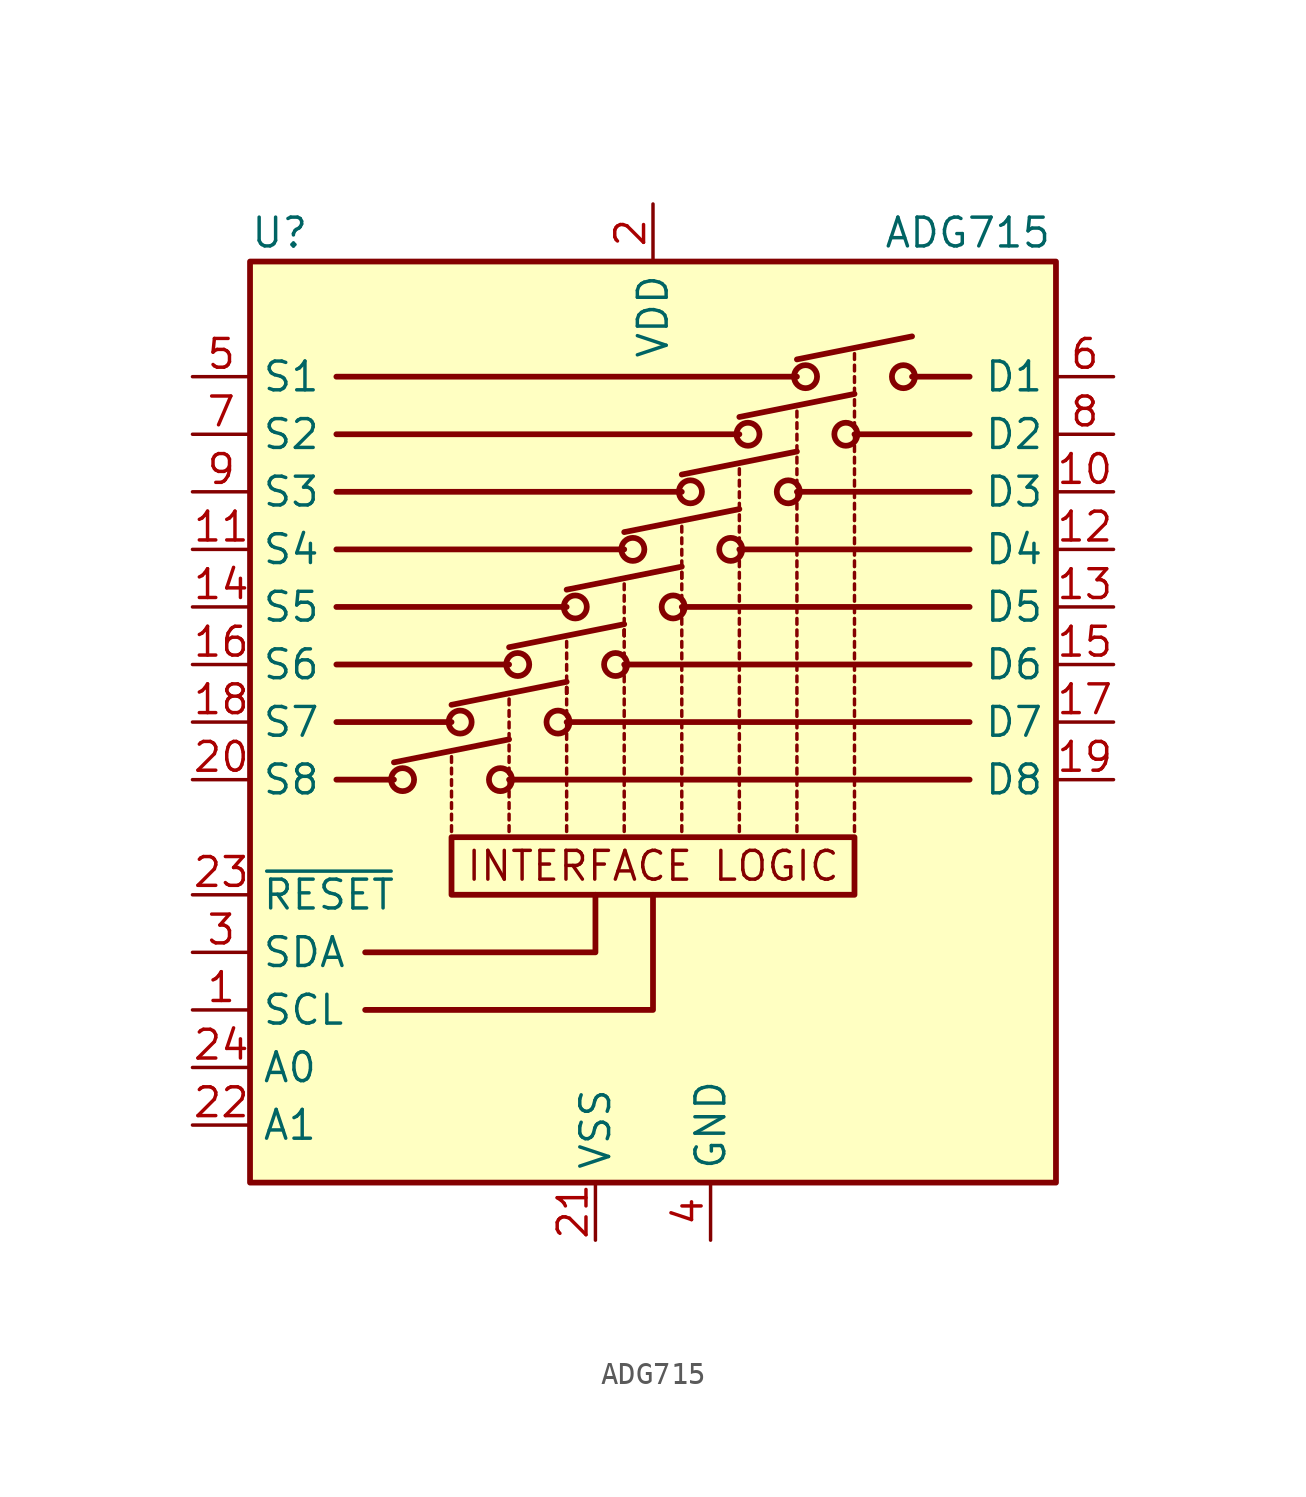
<source format=kicad_sym>
(kicad_symbol_lib
  (version 20211014)
  (generator kicad_symbol_editor)
  (symbol "ADG715"
    (property "Reference" "U"
      (at -17.78 24.13 0)
      (effects (font (size 1.27 1.27)) (justify left)))
    (property "Value" "ADG715"
      (at 10.16 24.13 0)
      (effects (font (size 1.27 1.27)) (justify left)))
    (symbol "ADG715_0_0"
      (polyline (pts (xy -12.7 -7.62) (xy -2.54 -7.62) (xy -2.54 -5.08)) (stroke (width 0.254) (type default) (color 0 0 0 0)) (fill (type none)))
      (polyline (pts (xy -12.7 -10.16) (xy 0 -10.16) (xy 0 -7.62) (xy 0 -5.08)) (stroke (width 0.254) (type default) (color 0 0 0 0)) (fill (type none)))
      (text "INTERFACE LOGIC" (at 0 -3.81 0) (effects (font (size 1.27 1.27)))))
    (symbol "ADG715_0_1"
      (rectangle (start -17.78 -17.78) (end 17.78 22.86) (stroke (width 0.254) (type default) (color 0 0 0 0)) (fill (type background)))
      (rectangle (start -8.89 -2.54) (end 8.89 -5.08) (stroke (width 0.254) (type default) (color 0 0 0 0)) (fill (type none)))
      (polyline (pts (xy -11.43 0) (xy -13.97 0)) (stroke (width 0.254) (type default) (color 0 0 0 0)) (fill (type none)))
      (polyline (pts (xy -8.89 2.54) (xy -13.97 2.54)) (stroke (width 0.254) (type default) (color 0 0 0 0)) (fill (type none)))
      (polyline (pts (xy -6.35 0) (xy 13.97 0)) (stroke (width 0.254) (type default) (color 0 0 0 0)) (fill (type none)))
      (polyline (pts (xy -6.35 5.08) (xy -13.97 5.08)) (stroke (width 0.254) (type default) (color 0 0 0 0)) (fill (type none)))
      (polyline (pts (xy -3.81 2.54) (xy 13.97 2.54)) (stroke (width 0.254) (type default) (color 0 0 0 0)) (fill (type none)))
      (polyline (pts (xy -3.81 7.62) (xy -13.97 7.62)) (stroke (width 0.254) (type default) (color 0 0 0 0)) (fill (type none)))
      (polyline (pts (xy -1.27 5.08) (xy 13.97 5.08)) (stroke (width 0.254) (type default) (color 0 0 0 0)) (fill (type none)))
      (polyline (pts (xy -1.27 10.16) (xy -13.97 10.16)) (stroke (width 0.254) (type default) (color 0 0 0 0)) (fill (type none)))
      (polyline (pts (xy 1.27 7.62) (xy 13.97 7.62)) (stroke (width 0.254) (type default) (color 0 0 0 0)) (fill (type none)))
      (polyline (pts (xy 1.27 12.7) (xy -13.97 12.7)) (stroke (width 0.254) (type default) (color 0 0 0 0)) (fill (type none)))
      (polyline (pts (xy 3.81 10.16) (xy 13.97 10.16)) (stroke (width 0.254) (type default) (color 0 0 0 0)) (fill (type none)))
      (polyline (pts (xy 3.81 15.24) (xy -13.97 15.24)) (stroke (width 0.254) (type default) (color 0 0 0 0)) (fill (type none)))
      (polyline (pts (xy 6.35 12.7) (xy 13.97 12.7)) (stroke (width 0.254) (type default) (color 0 0 0 0)) (fill (type none)))
      (polyline (pts (xy 6.35 17.78) (xy -13.97 17.78)) (stroke (width 0.254) (type default) (color 0 0 0 0)) (fill (type none)))
      (polyline (pts (xy 8.89 15.24) (xy 13.97 15.24)) (stroke (width 0.254) (type default) (color 0 0 0 0)) (fill (type none)))
      (polyline (pts (xy 11.43 17.78) (xy 13.97 17.78)) (stroke (width 0.254) (type default) (color 0 0 0 0)) (fill (type none))))
    (symbol "ADG715_1_1"
      (circle (center -11.049 0) (radius 0.508) (stroke (width 0.254) (type default) (color 0 0 0 0)) (fill (type none)))
      (circle (center -8.509 2.54) (radius 0.508) (stroke (width 0.254) (type default) (color 0 0 0 0)) (fill (type none)))
      (circle (center -6.731 0) (radius 0.508) (stroke (width 0.254) (type default) (color 0 0 0 0)) (fill (type none)))
      (circle (center -5.969 5.08) (radius 0.508) (stroke (width 0.254) (type default) (color 0 0 0 0)) (fill (type none)))
      (circle (center -4.191 2.54) (radius 0.508) (stroke (width 0.254) (type default) (color 0 0 0 0)) (fill (type none)))
      (circle (center -3.429 7.62) (radius 0.508) (stroke (width 0.254) (type default) (color 0 0 0 0)) (fill (type none)))
      (circle (center -1.651 5.08) (radius 0.508) (stroke (width 0.254) (type default) (color 0 0 0 0)) (fill (type none)))
      (circle (center -0.889 10.16) (radius 0.508) (stroke (width 0.254) (type default) (color 0 0 0 0)) (fill (type none)))
      (polyline (pts (xy -11.43 0.762) (xy -6.35 1.778)) (stroke (width 0.254) (type default) (color 0 0 0 0)) (fill (type none)))
      (polyline (pts (xy -8.89 -2.286) (xy -8.89 -2.032)) (stroke (width 0) (type default) (color 0 0 0 0)) (fill (type none)))
      (polyline (pts (xy -8.89 -1.778) (xy -8.89 -1.524)) (stroke (width 0) (type default) (color 0 0 0 0)) (fill (type none)))
      (polyline (pts (xy -8.89 -1.27) (xy -8.89 -1.016)) (stroke (width 0) (type default) (color 0 0 0 0)) (fill (type none)))
      (polyline (pts (xy -8.89 -0.762) (xy -8.89 -0.508)) (stroke (width 0) (type default) (color 0 0 0 0)) (fill (type none)))
      (polyline (pts (xy -8.89 -0.254) (xy -8.89 0)) (stroke (width 0) (type default) (color 0 0 0 0)) (fill (type none)))
      (polyline (pts (xy -8.89 0.254) (xy -8.89 0.508)) (stroke (width 0) (type default) (color 0 0 0 0)) (fill (type none)))
      (polyline (pts (xy -8.89 0.762) (xy -8.89 1.016)) (stroke (width 0) (type default) (color 0 0 0 0)) (fill (type none)))
      (polyline (pts (xy -8.89 3.302) (xy -3.81 4.318)) (stroke (width 0.254) (type default) (color 0 0 0 0)) (fill (type none)))
      (polyline (pts (xy -6.35 -2.286) (xy -6.35 -2.032)) (stroke (width 0) (type default) (color 0 0 0 0)) (fill (type none)))
      (polyline (pts (xy -6.35 -1.778) (xy -6.35 -1.524)) (stroke (width 0) (type default) (color 0 0 0 0)) (fill (type none)))
      (polyline (pts (xy -6.35 -1.27) (xy -6.35 -1.016)) (stroke (width 0) (type default) (color 0 0 0 0)) (fill (type none)))
      (polyline (pts (xy -6.35 -0.762) (xy -6.35 -0.508)) (stroke (width 0) (type default) (color 0 0 0 0)) (fill (type none)))
      (polyline (pts (xy -6.35 -0.254) (xy -6.35 0)) (stroke (width 0) (type default) (color 0 0 0 0)) (fill (type none)))
      (polyline (pts (xy -6.35 0.254) (xy -6.35 0.508)) (stroke (width 0) (type default) (color 0 0 0 0)) (fill (type none)))
      (polyline (pts (xy -6.35 0.762) (xy -6.35 1.016)) (stroke (width 0) (type default) (color 0 0 0 0)) (fill (type none)))
      (polyline (pts (xy -6.35 1.27) (xy -6.35 1.524)) (stroke (width 0) (type default) (color 0 0 0 0)) (fill (type none)))
      (polyline (pts (xy -6.35 1.778) (xy -6.35 2.032)) (stroke (width 0) (type default) (color 0 0 0 0)) (fill (type none)))
      (polyline (pts (xy -6.35 2.286) (xy -6.35 2.54)) (stroke (width 0) (type default) (color 0 0 0 0)) (fill (type none)))
      (polyline (pts (xy -6.35 2.794) (xy -6.35 3.048)) (stroke (width 0) (type default) (color 0 0 0 0)) (fill (type none)))
      (polyline (pts (xy -6.35 3.302) (xy -6.35 3.556)) (stroke (width 0) (type default) (color 0 0 0 0)) (fill (type none)))
      (polyline (pts (xy -6.35 5.842) (xy -1.27 6.858)) (stroke (width 0.254) (type default) (color 0 0 0 0)) (fill (type none)))
      (polyline (pts (xy -3.81 -2.286) (xy -3.81 -2.032)) (stroke (width 0) (type default) (color 0 0 0 0)) (fill (type none)))
      (polyline (pts (xy -3.81 -1.778) (xy -3.81 -1.524)) (stroke (width 0) (type default) (color 0 0 0 0)) (fill (type none)))
      (polyline (pts (xy -3.81 -1.27) (xy -3.81 -1.016)) (stroke (width 0) (type default) (color 0 0 0 0)) (fill (type none)))
      (polyline (pts (xy -3.81 -0.762) (xy -3.81 -0.508)) (stroke (width 0) (type default) (color 0 0 0 0)) (fill (type none)))
      (polyline (pts (xy -3.81 -0.254) (xy -3.81 0)) (stroke (width 0) (type default) (color 0 0 0 0)) (fill (type none)))
      (polyline (pts (xy -3.81 0.254) (xy -3.81 0.508)) (stroke (width 0) (type default) (color 0 0 0 0)) (fill (type none)))
      (polyline (pts (xy -3.81 0.762) (xy -3.81 1.016)) (stroke (width 0) (type default) (color 0 0 0 0)) (fill (type none)))
      (polyline (pts (xy -3.81 1.27) (xy -3.81 1.524)) (stroke (width 0) (type default) (color 0 0 0 0)) (fill (type none)))
      (polyline (pts (xy -3.81 1.778) (xy -3.81 2.032)) (stroke (width 0) (type default) (color 0 0 0 0)) (fill (type none)))
      (polyline (pts (xy -3.81 2.286) (xy -3.81 2.54)) (stroke (width 0) (type default) (color 0 0 0 0)) (fill (type none)))
      (polyline (pts (xy -3.81 2.794) (xy -3.81 3.048)) (stroke (width 0) (type default) (color 0 0 0 0)) (fill (type none)))
      (polyline (pts (xy -3.81 3.302) (xy -3.81 3.556)) (stroke (width 0) (type default) (color 0 0 0 0)) (fill (type none)))
      (polyline (pts (xy -3.81 3.81) (xy -3.81 4.064)) (stroke (width 0) (type default) (color 0 0 0 0)) (fill (type none)))
      (polyline (pts (xy -3.81 3.81) (xy -3.81 4.064)) (stroke (width 0) (type default) (color 0 0 0 0)) (fill (type none)))
      (polyline (pts (xy -3.81 3.81) (xy -3.81 4.064)) (stroke (width 0) (type default) (color 0 0 0 0)) (fill (type none)))
      (polyline (pts (xy -3.81 3.81) (xy -3.81 4.064)) (stroke (width 0) (type default) (color 0 0 0 0)) (fill (type none)))
      (polyline (pts (xy -3.81 4.318) (xy -3.81 4.572)) (stroke (width 0) (type default) (color 0 0 0 0)) (fill (type none)))
      (polyline (pts (xy -3.81 4.826) (xy -3.81 5.08)) (stroke (width 0) (type default) (color 0 0 0 0)) (fill (type none)))
      (polyline (pts (xy -3.81 5.334) (xy -3.81 5.588)) (stroke (width 0) (type default) (color 0 0 0 0)) (fill (type none)))
      (polyline (pts (xy -3.81 5.842) (xy -3.81 6.096)) (stroke (width 0) (type default) (color 0 0 0 0)) (fill (type none)))
      (polyline (pts (xy -3.81 8.382) (xy 1.27 9.398)) (stroke (width 0.254) (type default) (color 0 0 0 0)) (fill (type none)))
      (polyline (pts (xy -1.27 -2.286) (xy -1.27 -2.032)) (stroke (width 0) (type default) (color 0 0 0 0)) (fill (type none)))
      (polyline (pts (xy -1.27 -1.778) (xy -1.27 -1.524)) (stroke (width 0) (type default) (color 0 0 0 0)) (fill (type none)))
      (polyline (pts (xy -1.27 -1.27) (xy -1.27 -1.016)) (stroke (width 0) (type default) (color 0 0 0 0)) (fill (type none)))
      (polyline (pts (xy -1.27 -0.762) (xy -1.27 -0.508)) (stroke (width 0) (type default) (color 0 0 0 0)) (fill (type none)))
      (polyline (pts (xy -1.27 -0.254) (xy -1.27 0)) (stroke (width 0) (type default) (color 0 0 0 0)) (fill (type none)))
      (polyline (pts (xy -1.27 0.254) (xy -1.27 0.508)) (stroke (width 0) (type default) (color 0 0 0 0)) (fill (type none)))
      (polyline (pts (xy -1.27 0.762) (xy -1.27 1.016)) (stroke (width 0) (type default) (color 0 0 0 0)) (fill (type none)))
      (polyline (pts (xy -1.27 1.27) (xy -1.27 1.524)) (stroke (width 0) (type default) (color 0 0 0 0)) (fill (type none)))
      (polyline (pts (xy -1.27 1.778) (xy -1.27 2.032)) (stroke (width 0) (type default) (color 0 0 0 0)) (fill (type none)))
      (polyline (pts (xy -1.27 2.286) (xy -1.27 2.54)) (stroke (width 0) (type default) (color 0 0 0 0)) (fill (type none)))
      (polyline (pts (xy -1.27 2.794) (xy -1.27 3.048)) (stroke (width 0) (type default) (color 0 0 0 0)) (fill (type none)))
      (polyline (pts (xy -1.27 3.302) (xy -1.27 3.556)) (stroke (width 0) (type default) (color 0 0 0 0)) (fill (type none)))
      (polyline (pts (xy -1.27 3.81) (xy -1.27 4.064)) (stroke (width 0) (type default) (color 0 0 0 0)) (fill (type none)))
      (polyline (pts (xy -1.27 4.318) (xy -1.27 4.572)) (stroke (width 0) (type default) (color 0 0 0 0)) (fill (type none)))
      (polyline (pts (xy -1.27 4.826) (xy -1.27 5.08)) (stroke (width 0) (type default) (color 0 0 0 0)) (fill (type none)))
      (polyline (pts (xy -1.27 5.334) (xy -1.27 5.588)) (stroke (width 0) (type default) (color 0 0 0 0)) (fill (type none)))
      (polyline (pts (xy -1.27 5.842) (xy -1.27 6.096)) (stroke (width 0) (type default) (color 0 0 0 0)) (fill (type none)))
      (polyline (pts (xy -1.27 6.35) (xy -1.27 6.604)) (stroke (width 0) (type default) (color 0 0 0 0)) (fill (type none)))
      (polyline (pts (xy -1.27 6.35) (xy -1.27 6.604)) (stroke (width 0) (type default) (color 0 0 0 0)) (fill (type none)))
      (polyline (pts (xy -1.27 6.35) (xy -1.27 6.604)) (stroke (width 0) (type default) (color 0 0 0 0)) (fill (type none)))
      (polyline (pts (xy -1.27 6.858) (xy -1.27 7.112)) (stroke (width 0) (type default) (color 0 0 0 0)) (fill (type none)))
      (polyline (pts (xy -1.27 7.366) (xy -1.27 7.62)) (stroke (width 0) (type default) (color 0 0 0 0)) (fill (type none)))
      (polyline (pts (xy -1.27 7.874) (xy -1.27 8.128)) (stroke (width 0) (type default) (color 0 0 0 0)) (fill (type none)))
      (polyline (pts (xy -1.27 8.382) (xy -1.27 8.636)) (stroke (width 0) (type default) (color 0 0 0 0)) (fill (type none)))
      (polyline (pts (xy -1.27 10.922) (xy 3.81 11.938)) (stroke (width 0.254) (type default) (color 0 0 0 0)) (fill (type none)))
      (polyline (pts (xy 1.27 -2.286) (xy 1.27 -2.032)) (stroke (width 0) (type default) (color 0 0 0 0)) (fill (type none)))
      (polyline (pts (xy 1.27 -1.778) (xy 1.27 -1.524)) (stroke (width 0) (type default) (color 0 0 0 0)) (fill (type none)))
      (polyline (pts (xy 1.27 -1.27) (xy 1.27 -1.016)) (stroke (width 0) (type default) (color 0 0 0 0)) (fill (type none)))
      (polyline (pts (xy 1.27 -0.762) (xy 1.27 -0.508)) (stroke (width 0) (type default) (color 0 0 0 0)) (fill (type none)))
      (polyline (pts (xy 1.27 -0.254) (xy 1.27 0)) (stroke (width 0) (type default) (color 0 0 0 0)) (fill (type none)))
      (polyline (pts (xy 1.27 0.254) (xy 1.27 0.508)) (stroke (width 0) (type default) (color 0 0 0 0)) (fill (type none)))
      (polyline (pts (xy 1.27 0.762) (xy 1.27 1.016)) (stroke (width 0) (type default) (color 0 0 0 0)) (fill (type none)))
      (polyline (pts (xy 1.27 1.27) (xy 1.27 1.524)) (stroke (width 0) (type default) (color 0 0 0 0)) (fill (type none)))
      (polyline (pts (xy 1.27 1.778) (xy 1.27 2.032)) (stroke (width 0) (type default) (color 0 0 0 0)) (fill (type none)))
      (polyline (pts (xy 1.27 2.286) (xy 1.27 2.54)) (stroke (width 0) (type default) (color 0 0 0 0)) (fill (type none)))
      (polyline (pts (xy 1.27 2.794) (xy 1.27 3.048)) (stroke (width 0) (type default) (color 0 0 0 0)) (fill (type none)))
      (polyline (pts (xy 1.27 3.302) (xy 1.27 3.556)) (stroke (width 0) (type default) (color 0 0 0 0)) (fill (type none)))
      (polyline (pts (xy 1.27 3.81) (xy 1.27 4.064)) (stroke (width 0) (type default) (color 0 0 0 0)) (fill (type none)))
      (polyline (pts (xy 1.27 4.318) (xy 1.27 4.572)) (stroke (width 0) (type default) (color 0 0 0 0)) (fill (type none)))
      (polyline (pts (xy 1.27 4.826) (xy 1.27 5.08)) (stroke (width 0) (type default) (color 0 0 0 0)) (fill (type none)))
      (polyline (pts (xy 1.27 5.334) (xy 1.27 5.588)) (stroke (width 0) (type default) (color 0 0 0 0)) (fill (type none)))
      (polyline (pts (xy 1.27 5.842) (xy 1.27 6.096)) (stroke (width 0) (type default) (color 0 0 0 0)) (fill (type none)))
      (polyline (pts (xy 1.27 6.35) (xy 1.27 6.604)) (stroke (width 0) (type default) (color 0 0 0 0)) (fill (type none)))
      (polyline (pts (xy 1.27 6.858) (xy 1.27 7.112)) (stroke (width 0) (type default) (color 0 0 0 0)) (fill (type none)))
      (polyline (pts (xy 1.27 7.366) (xy 1.27 7.62)) (stroke (width 0) (type default) (color 0 0 0 0)) (fill (type none)))
      (polyline (pts (xy 1.27 7.874) (xy 1.27 8.128)) (stroke (width 0) (type default) (color 0 0 0 0)) (fill (type none)))
      (polyline (pts (xy 1.27 8.382) (xy 1.27 8.636)) (stroke (width 0) (type default) (color 0 0 0 0)) (fill (type none)))
      (polyline (pts (xy 1.27 8.89) (xy 1.27 9.144)) (stroke (width 0) (type default) (color 0 0 0 0)) (fill (type none)))
      (polyline (pts (xy 1.27 8.89) (xy 1.27 9.144)) (stroke (width 0) (type default) (color 0 0 0 0)) (fill (type none)))
      (polyline (pts (xy 1.27 9.398) (xy 1.27 9.652)) (stroke (width 0) (type default) (color 0 0 0 0)) (fill (type none)))
      (polyline (pts (xy 1.27 9.906) (xy 1.27 10.16)) (stroke (width 0) (type default) (color 0 0 0 0)) (fill (type none)))
      (polyline (pts (xy 1.27 10.414) (xy 1.27 10.668)) (stroke (width 0) (type default) (color 0 0 0 0)) (fill (type none)))
      (polyline (pts (xy 1.27 10.922) (xy 1.27 11.176)) (stroke (width 0) (type default) (color 0 0 0 0)) (fill (type none)))
      (polyline (pts (xy 1.27 13.462) (xy 6.35 14.478)) (stroke (width 0.254) (type default) (color 0 0 0 0)) (fill (type none)))
      (polyline (pts (xy 3.81 -2.286) (xy 3.81 -2.032)) (stroke (width 0) (type default) (color 0 0 0 0)) (fill (type none)))
      (polyline (pts (xy 3.81 -1.778) (xy 3.81 -1.524)) (stroke (width 0) (type default) (color 0 0 0 0)) (fill (type none)))
      (polyline (pts (xy 3.81 -1.27) (xy 3.81 -1.016)) (stroke (width 0) (type default) (color 0 0 0 0)) (fill (type none)))
      (polyline (pts (xy 3.81 -0.762) (xy 3.81 -0.508)) (stroke (width 0) (type default) (color 0 0 0 0)) (fill (type none)))
      (polyline (pts (xy 3.81 -0.254) (xy 3.81 0)) (stroke (width 0) (type default) (color 0 0 0 0)) (fill (type none)))
      (polyline (pts (xy 3.81 0.254) (xy 3.81 0.508)) (stroke (width 0) (type default) (color 0 0 0 0)) (fill (type none)))
      (polyline (pts (xy 3.81 0.762) (xy 3.81 1.016)) (stroke (width 0) (type default) (color 0 0 0 0)) (fill (type none)))
      (polyline (pts (xy 3.81 1.27) (xy 3.81 1.524)) (stroke (width 0) (type default) (color 0 0 0 0)) (fill (type none)))
      (polyline (pts (xy 3.81 1.778) (xy 3.81 2.032)) (stroke (width 0) (type default) (color 0 0 0 0)) (fill (type none)))
      (polyline (pts (xy 3.81 2.286) (xy 3.81 2.54)) (stroke (width 0) (type default) (color 0 0 0 0)) (fill (type none)))
      (polyline (pts (xy 3.81 2.794) (xy 3.81 3.048)) (stroke (width 0) (type default) (color 0 0 0 0)) (fill (type none)))
      (polyline (pts (xy 3.81 3.302) (xy 3.81 3.556)) (stroke (width 0) (type default) (color 0 0 0 0)) (fill (type none)))
      (polyline (pts (xy 3.81 3.81) (xy 3.81 4.064)) (stroke (width 0) (type default) (color 0 0 0 0)) (fill (type none)))
      (polyline (pts (xy 3.81 4.318) (xy 3.81 4.572)) (stroke (width 0) (type default) (color 0 0 0 0)) (fill (type none)))
      (polyline (pts (xy 3.81 4.826) (xy 3.81 5.08)) (stroke (width 0) (type default) (color 0 0 0 0)) (fill (type none)))
      (polyline (pts (xy 3.81 5.334) (xy 3.81 5.588)) (stroke (width 0) (type default) (color 0 0 0 0)) (fill (type none)))
      (polyline (pts (xy 3.81 5.842) (xy 3.81 6.096)) (stroke (width 0) (type default) (color 0 0 0 0)) (fill (type none)))
      (polyline (pts (xy 3.81 6.35) (xy 3.81 6.604)) (stroke (width 0) (type default) (color 0 0 0 0)) (fill (type none)))
      (polyline (pts (xy 3.81 6.858) (xy 3.81 7.112)) (stroke (width 0) (type default) (color 0 0 0 0)) (fill (type none)))
      (polyline (pts (xy 3.81 7.366) (xy 3.81 7.62)) (stroke (width 0) (type default) (color 0 0 0 0)) (fill (type none)))
      (polyline (pts (xy 3.81 7.874) (xy 3.81 8.128)) (stroke (width 0) (type default) (color 0 0 0 0)) (fill (type none)))
      (polyline (pts (xy 3.81 8.382) (xy 3.81 8.636)) (stroke (width 0) (type default) (color 0 0 0 0)) (fill (type none)))
      (polyline (pts (xy 3.81 8.89) (xy 3.81 9.144)) (stroke (width 0) (type default) (color 0 0 0 0)) (fill (type none)))
      (polyline (pts (xy 3.81 9.398) (xy 3.81 9.652)) (stroke (width 0) (type default) (color 0 0 0 0)) (fill (type none)))
      (polyline (pts (xy 3.81 9.906) (xy 3.81 10.16)) (stroke (width 0) (type default) (color 0 0 0 0)) (fill (type none)))
      (polyline (pts (xy 3.81 10.414) (xy 3.81 10.668)) (stroke (width 0) (type default) (color 0 0 0 0)) (fill (type none)))
      (polyline (pts (xy 3.81 10.922) (xy 3.81 11.176)) (stroke (width 0) (type default) (color 0 0 0 0)) (fill (type none)))
      (polyline (pts (xy 3.81 11.43) (xy 3.81 11.684)) (stroke (width 0) (type default) (color 0 0 0 0)) (fill (type none)))
      (polyline (pts (xy 3.81 11.938) (xy 3.81 12.192)) (stroke (width 0) (type default) (color 0 0 0 0)) (fill (type none)))
      (polyline (pts (xy 3.81 12.446) (xy 3.81 12.7)) (stroke (width 0) (type default) (color 0 0 0 0)) (fill (type none)))
      (polyline (pts (xy 3.81 12.954) (xy 3.81 13.208)) (stroke (width 0) (type default) (color 0 0 0 0)) (fill (type none)))
      (polyline (pts (xy 3.81 13.462) (xy 3.81 13.716)) (stroke (width 0) (type default) (color 0 0 0 0)) (fill (type none)))
      (polyline (pts (xy 3.81 16.002) (xy 8.89 17.018)) (stroke (width 0.254) (type default) (color 0 0 0 0)) (fill (type none)))
      (polyline (pts (xy 6.35 -2.286) (xy 6.35 -2.032)) (stroke (width 0) (type default) (color 0 0 0 0)) (fill (type none)))
      (polyline (pts (xy 6.35 -1.778) (xy 6.35 -1.524)) (stroke (width 0) (type default) (color 0 0 0 0)) (fill (type none)))
      (polyline (pts (xy 6.35 -1.27) (xy 6.35 -1.016)) (stroke (width 0) (type default) (color 0 0 0 0)) (fill (type none)))
      (polyline (pts (xy 6.35 -0.762) (xy 6.35 -0.508)) (stroke (width 0) (type default) (color 0 0 0 0)) (fill (type none)))
      (polyline (pts (xy 6.35 -0.254) (xy 6.35 0)) (stroke (width 0) (type default) (color 0 0 0 0)) (fill (type none)))
      (polyline (pts (xy 6.35 0.254) (xy 6.35 0.508)) (stroke (width 0) (type default) (color 0 0 0 0)) (fill (type none)))
      (polyline (pts (xy 6.35 0.762) (xy 6.35 1.016)) (stroke (width 0) (type default) (color 0 0 0 0)) (fill (type none)))
      (polyline (pts (xy 6.35 1.27) (xy 6.35 1.524)) (stroke (width 0) (type default) (color 0 0 0 0)) (fill (type none)))
      (polyline (pts (xy 6.35 1.778) (xy 6.35 2.032)) (stroke (width 0) (type default) (color 0 0 0 0)) (fill (type none)))
      (polyline (pts (xy 6.35 2.286) (xy 6.35 2.54)) (stroke (width 0) (type default) (color 0 0 0 0)) (fill (type none)))
      (polyline (pts (xy 6.35 2.794) (xy 6.35 3.048)) (stroke (width 0) (type default) (color 0 0 0 0)) (fill (type none)))
      (polyline (pts (xy 6.35 3.302) (xy 6.35 3.556)) (stroke (width 0) (type default) (color 0 0 0 0)) (fill (type none)))
      (polyline (pts (xy 6.35 3.81) (xy 6.35 4.064)) (stroke (width 0) (type default) (color 0 0 0 0)) (fill (type none)))
      (polyline (pts (xy 6.35 4.318) (xy 6.35 4.572)) (stroke (width 0) (type default) (color 0 0 0 0)) (fill (type none)))
      (polyline (pts (xy 6.35 4.826) (xy 6.35 5.08)) (stroke (width 0) (type default) (color 0 0 0 0)) (fill (type none)))
      (polyline (pts (xy 6.35 5.334) (xy 6.35 5.588)) (stroke (width 0) (type default) (color 0 0 0 0)) (fill (type none)))
      (polyline (pts (xy 6.35 5.842) (xy 6.35 6.096)) (stroke (width 0) (type default) (color 0 0 0 0)) (fill (type none)))
      (polyline (pts (xy 6.35 6.35) (xy 6.35 6.604)) (stroke (width 0) (type default) (color 0 0 0 0)) (fill (type none)))
      (polyline (pts (xy 6.35 6.858) (xy 6.35 7.112)) (stroke (width 0) (type default) (color 0 0 0 0)) (fill (type none)))
      (polyline (pts (xy 6.35 7.366) (xy 6.35 7.62)) (stroke (width 0) (type default) (color 0 0 0 0)) (fill (type none)))
      (polyline (pts (xy 6.35 7.874) (xy 6.35 8.128)) (stroke (width 0) (type default) (color 0 0 0 0)) (fill (type none)))
      (polyline (pts (xy 6.35 8.382) (xy 6.35 8.636)) (stroke (width 0) (type default) (color 0 0 0 0)) (fill (type none)))
      (polyline (pts (xy 6.35 8.89) (xy 6.35 9.144)) (stroke (width 0) (type default) (color 0 0 0 0)) (fill (type none)))
      (polyline (pts (xy 6.35 9.398) (xy 6.35 9.652)) (stroke (width 0) (type default) (color 0 0 0 0)) (fill (type none)))
      (polyline (pts (xy 6.35 9.906) (xy 6.35 10.16)) (stroke (width 0) (type default) (color 0 0 0 0)) (fill (type none)))
      (polyline (pts (xy 6.35 10.414) (xy 6.35 10.668)) (stroke (width 0) (type default) (color 0 0 0 0)) (fill (type none)))
      (polyline (pts (xy 6.35 10.922) (xy 6.35 11.176)) (stroke (width 0) (type default) (color 0 0 0 0)) (fill (type none)))
      (polyline (pts (xy 6.35 11.43) (xy 6.35 11.684)) (stroke (width 0) (type default) (color 0 0 0 0)) (fill (type none)))
      (polyline (pts (xy 6.35 11.938) (xy 6.35 12.192)) (stroke (width 0) (type default) (color 0 0 0 0)) (fill (type none)))
      (polyline (pts (xy 6.35 12.446) (xy 6.35 12.7)) (stroke (width 0) (type default) (color 0 0 0 0)) (fill (type none)))
      (polyline (pts (xy 6.35 12.954) (xy 6.35 13.208)) (stroke (width 0) (type default) (color 0 0 0 0)) (fill (type none)))
      (polyline (pts (xy 6.35 13.462) (xy 6.35 13.716)) (stroke (width 0) (type default) (color 0 0 0 0)) (fill (type none)))
      (polyline (pts (xy 6.35 13.97) (xy 6.35 14.224)) (stroke (width 0) (type default) (color 0 0 0 0)) (fill (type none)))
      (polyline (pts (xy 6.35 14.478) (xy 6.35 14.732)) (stroke (width 0) (type default) (color 0 0 0 0)) (fill (type none)))
      (polyline (pts (xy 6.35 14.986) (xy 6.35 15.24)) (stroke (width 0) (type default) (color 0 0 0 0)) (fill (type none)))
      (polyline (pts (xy 6.35 15.494) (xy 6.35 15.748)) (stroke (width 0) (type default) (color 0 0 0 0)) (fill (type none)))
      (polyline (pts (xy 6.35 16.002) (xy 6.35 16.256)) (stroke (width 0) (type default) (color 0 0 0 0)) (fill (type none)))
      (polyline (pts (xy 6.35 18.542) (xy 11.43 19.558)) (stroke (width 0.254) (type default) (color 0 0 0 0)) (fill (type none)))
      (polyline (pts (xy 8.89 -2.286) (xy 8.89 -2.032)) (stroke (width 0) (type default) (color 0 0 0 0)) (fill (type none)))
      (polyline (pts (xy 8.89 -1.778) (xy 8.89 -1.524)) (stroke (width 0) (type default) (color 0 0 0 0)) (fill (type none)))
      (polyline (pts (xy 8.89 -1.27) (xy 8.89 -1.016)) (stroke (width 0) (type default) (color 0 0 0 0)) (fill (type none)))
      (polyline (pts (xy 8.89 -0.762) (xy 8.89 -0.508)) (stroke (width 0) (type default) (color 0 0 0 0)) (fill (type none)))
      (polyline (pts (xy 8.89 -0.254) (xy 8.89 0)) (stroke (width 0) (type default) (color 0 0 0 0)) (fill (type none)))
      (polyline (pts (xy 8.89 0.254) (xy 8.89 0.508)) (stroke (width 0) (type default) (color 0 0 0 0)) (fill (type none)))
      (polyline (pts (xy 8.89 0.762) (xy 8.89 1.016)) (stroke (width 0) (type default) (color 0 0 0 0)) (fill (type none)))
      (polyline (pts (xy 8.89 1.27) (xy 8.89 1.524)) (stroke (width 0) (type default) (color 0 0 0 0)) (fill (type none)))
      (polyline (pts (xy 8.89 1.778) (xy 8.89 2.032)) (stroke (width 0) (type default) (color 0 0 0 0)) (fill (type none)))
      (polyline (pts (xy 8.89 2.286) (xy 8.89 2.54)) (stroke (width 0) (type default) (color 0 0 0 0)) (fill (type none)))
      (polyline (pts (xy 8.89 2.794) (xy 8.89 3.048)) (stroke (width 0) (type default) (color 0 0 0 0)) (fill (type none)))
      (polyline (pts (xy 8.89 3.302) (xy 8.89 3.556)) (stroke (width 0) (type default) (color 0 0 0 0)) (fill (type none)))
      (polyline (pts (xy 8.89 3.81) (xy 8.89 4.064)) (stroke (width 0) (type default) (color 0 0 0 0)) (fill (type none)))
      (polyline (pts (xy 8.89 4.318) (xy 8.89 4.572)) (stroke (width 0) (type default) (color 0 0 0 0)) (fill (type none)))
      (polyline (pts (xy 8.89 4.826) (xy 8.89 5.08)) (stroke (width 0) (type default) (color 0 0 0 0)) (fill (type none)))
      (polyline (pts (xy 8.89 5.334) (xy 8.89 5.588)) (stroke (width 0) (type default) (color 0 0 0 0)) (fill (type none)))
      (polyline (pts (xy 8.89 5.842) (xy 8.89 6.096)) (stroke (width 0) (type default) (color 0 0 0 0)) (fill (type none)))
      (polyline (pts (xy 8.89 6.35) (xy 8.89 6.604)) (stroke (width 0) (type default) (color 0 0 0 0)) (fill (type none)))
      (polyline (pts (xy 8.89 6.858) (xy 8.89 7.112)) (stroke (width 0) (type default) (color 0 0 0 0)) (fill (type none)))
      (polyline (pts (xy 8.89 7.366) (xy 8.89 7.62)) (stroke (width 0) (type default) (color 0 0 0 0)) (fill (type none)))
      (polyline (pts (xy 8.89 7.874) (xy 8.89 8.128)) (stroke (width 0) (type default) (color 0 0 0 0)) (fill (type none)))
      (polyline (pts (xy 8.89 8.382) (xy 8.89 8.636)) (stroke (width 0) (type default) (color 0 0 0 0)) (fill (type none)))
      (polyline (pts (xy 8.89 8.89) (xy 8.89 9.144)) (stroke (width 0) (type default) (color 0 0 0 0)) (fill (type none)))
      (polyline (pts (xy 8.89 9.398) (xy 8.89 9.652)) (stroke (width 0) (type default) (color 0 0 0 0)) (fill (type none)))
      (polyline (pts (xy 8.89 9.906) (xy 8.89 10.16)) (stroke (width 0) (type default) (color 0 0 0 0)) (fill (type none)))
      (polyline (pts (xy 8.89 10.414) (xy 8.89 10.668)) (stroke (width 0) (type default) (color 0 0 0 0)) (fill (type none)))
      (polyline (pts (xy 8.89 10.922) (xy 8.89 11.176)) (stroke (width 0) (type default) (color 0 0 0 0)) (fill (type none)))
      (polyline (pts (xy 8.89 11.43) (xy 8.89 11.684)) (stroke (width 0) (type default) (color 0 0 0 0)) (fill (type none)))
      (polyline (pts (xy 8.89 11.938) (xy 8.89 12.192)) (stroke (width 0) (type default) (color 0 0 0 0)) (fill (type none)))
      (polyline (pts (xy 8.89 12.446) (xy 8.89 12.7)) (stroke (width 0) (type default) (color 0 0 0 0)) (fill (type none)))
      (polyline (pts (xy 8.89 12.954) (xy 8.89 13.208)) (stroke (width 0) (type default) (color 0 0 0 0)) (fill (type none)))
      (polyline (pts (xy 8.89 13.462) (xy 8.89 13.716)) (stroke (width 0) (type default) (color 0 0 0 0)) (fill (type none)))
      (polyline (pts (xy 8.89 13.97) (xy 8.89 14.224)) (stroke (width 0) (type default) (color 0 0 0 0)) (fill (type none)))
      (polyline (pts (xy 8.89 14.478) (xy 8.89 14.732)) (stroke (width 0) (type default) (color 0 0 0 0)) (fill (type none)))
      (polyline (pts (xy 8.89 14.986) (xy 8.89 15.24)) (stroke (width 0) (type default) (color 0 0 0 0)) (fill (type none)))
      (polyline (pts (xy 8.89 15.494) (xy 8.89 15.748)) (stroke (width 0) (type default) (color 0 0 0 0)) (fill (type none)))
      (polyline (pts (xy 8.89 16.002) (xy 8.89 16.256)) (stroke (width 0) (type default) (color 0 0 0 0)) (fill (type none)))
      (polyline (pts (xy 8.89 16.51) (xy 8.89 16.764)) (stroke (width 0) (type default) (color 0 0 0 0)) (fill (type none)))
      (polyline (pts (xy 8.89 17.018) (xy 8.89 17.272)) (stroke (width 0) (type default) (color 0 0 0 0)) (fill (type none)))
      (polyline (pts (xy 8.89 17.526) (xy 8.89 17.78)) (stroke (width 0) (type default) (color 0 0 0 0)) (fill (type none)))
      (polyline (pts (xy 8.89 18.034) (xy 8.89 18.288)) (stroke (width 0) (type default) (color 0 0 0 0)) (fill (type none)))
      (polyline (pts (xy 8.89 18.542) (xy 8.89 18.796)) (stroke (width 0) (type default) (color 0 0 0 0)) (fill (type none)))
      (circle (center 0.889 7.62) (radius 0.508) (stroke (width 0.254) (type default) (color 0 0 0 0)) (fill (type none)))
      (circle (center 1.651 12.7) (radius 0.508) (stroke (width 0.254) (type default) (color 0 0 0 0)) (fill (type none)))
      (circle (center 3.429 10.16) (radius 0.508) (stroke (width 0.254) (type default) (color 0 0 0 0)) (fill (type none)))
      (circle (center 4.191 15.24) (radius 0.508) (stroke (width 0.254) (type default) (color 0 0 0 0)) (fill (type none)))
      (circle (center 5.969 12.7) (radius 0.508) (stroke (width 0.254) (type default) (color 0 0 0 0)) (fill (type none)))
      (circle (center 6.731 17.78) (radius 0.508) (stroke (width 0.254) (type default) (color 0 0 0 0)) (fill (type none)))
      (circle (center 8.509 15.24) (radius 0.508) (stroke (width 0.254) (type default) (color 0 0 0 0)) (fill (type none)))
      (circle (center 11.049 17.78) (radius 0.508) (stroke (width 0.254) (type default) (color 0 0 0 0)) (fill (type none)))
      (pin input line (at -20.32 -10.16 0) (length 2.54) (name "SCL" (effects (font (size 1.27 1.27)))) (number "1" (effects (font (size 1.27 1.27)))))
      (pin passive line (at 20.32 12.7 180) (length 2.54) (name "D3" (effects (font (size 1.27 1.27)))) (number "10" (effects (font (size 1.27 1.27)))))
      (pin passive line (at -20.32 10.16 0) (length 2.54) (name "S4" (effects (font (size 1.27 1.27)))) (number "11" (effects (font (size 1.27 1.27)))))
      (pin passive line (at 20.32 10.16 180) (length 2.54) (name "D4" (effects (font (size 1.27 1.27)))) (number "12" (effects (font (size 1.27 1.27)))))
      (pin passive line (at 20.32 7.62 180) (length 2.54) (name "D5" (effects (font (size 1.27 1.27)))) (number "13" (effects (font (size 1.27 1.27)))))
      (pin passive line (at -20.32 7.62 0) (length 2.54) (name "S5" (effects (font (size 1.27 1.27)))) (number "14" (effects (font (size 1.27 1.27)))))
      (pin passive line (at 20.32 5.08 180) (length 2.54) (name "D6" (effects (font (size 1.27 1.27)))) (number "15" (effects (font (size 1.27 1.27)))))
      (pin passive line (at -20.32 5.08 0) (length 2.54) (name "S6" (effects (font (size 1.27 1.27)))) (number "16" (effects (font (size 1.27 1.27)))))
      (pin passive line (at 20.32 2.54 180) (length 2.54) (name "D7" (effects (font (size 1.27 1.27)))) (number "17" (effects (font (size 1.27 1.27)))))
      (pin passive line (at -20.32 2.54 0) (length 2.54) (name "S7" (effects (font (size 1.27 1.27)))) (number "18" (effects (font (size 1.27 1.27)))))
      (pin passive line (at 20.32 0 180) (length 2.54) (name "D8" (effects (font (size 1.27 1.27)))) (number "19" (effects (font (size 1.27 1.27)))))
      (pin power_in line (at 0 25.4 270) (length 2.54) (name "VDD" (effects (font (size 1.27 1.27)))) (number "2" (effects (font (size 1.27 1.27)))))
      (pin passive line (at -20.32 0 0) (length 2.54) (name "S8" (effects (font (size 1.27 1.27)))) (number "20" (effects (font (size 1.27 1.27)))))
      (pin power_in line (at -2.54 -20.32 90) (length 2.54) (name "VSS" (effects (font (size 1.27 1.27)))) (number "21" (effects (font (size 1.27 1.27)))))
      (pin input line (at -20.32 -15.24 0) (length 2.54) (name "A1" (effects (font (size 1.27 1.27)))) (number "22" (effects (font (size 1.27 1.27)))))
      (pin input line (at -20.32 -5.08 0) (length 2.54) (name "~{RESET}" (effects (font (size 1.27 1.27)))) (number "23" (effects (font (size 1.27 1.27)))))
      (pin input line (at -20.32 -12.7 0) (length 2.54) (name "A0" (effects (font (size 1.27 1.27)))) (number "24" (effects (font (size 1.27 1.27)))))
      (pin bidirectional line (at -20.32 -7.62 0) (length 2.54) (name "SDA" (effects (font (size 1.27 1.27)))) (number "3" (effects (font (size 1.27 1.27)))))
      (pin power_in line (at 2.54 -20.32 90) (length 2.54) (name "GND" (effects (font (size 1.27 1.27)))) (number "4" (effects (font (size 1.27 1.27)))))
      (pin passive line (at -20.32 17.78 0) (length 2.54) (name "S1" (effects (font (size 1.27 1.27)))) (number "5" (effects (font (size 1.27 1.27)))))
      (pin passive line (at 20.32 17.78 180) (length 2.54) (name "D1" (effects (font (size 1.27 1.27)))) (number "6" (effects (font (size 1.27 1.27)))))
      (pin passive line (at -20.32 15.24 0) (length 2.54) (name "S2" (effects (font (size 1.27 1.27)))) (number "7" (effects (font (size 1.27 1.27)))))
      (pin passive line (at 20.32 15.24 180) (length 2.54) (name "D2" (effects (font (size 1.27 1.27)))) (number "8" (effects (font (size 1.27 1.27)))))
      (pin passive line (at -20.32 12.7 0) (length 2.54) (name "S3" (effects (font (size 1.27 1.27)))) (number "9" (effects (font (size 1.27 1.27))))))))
</source>
